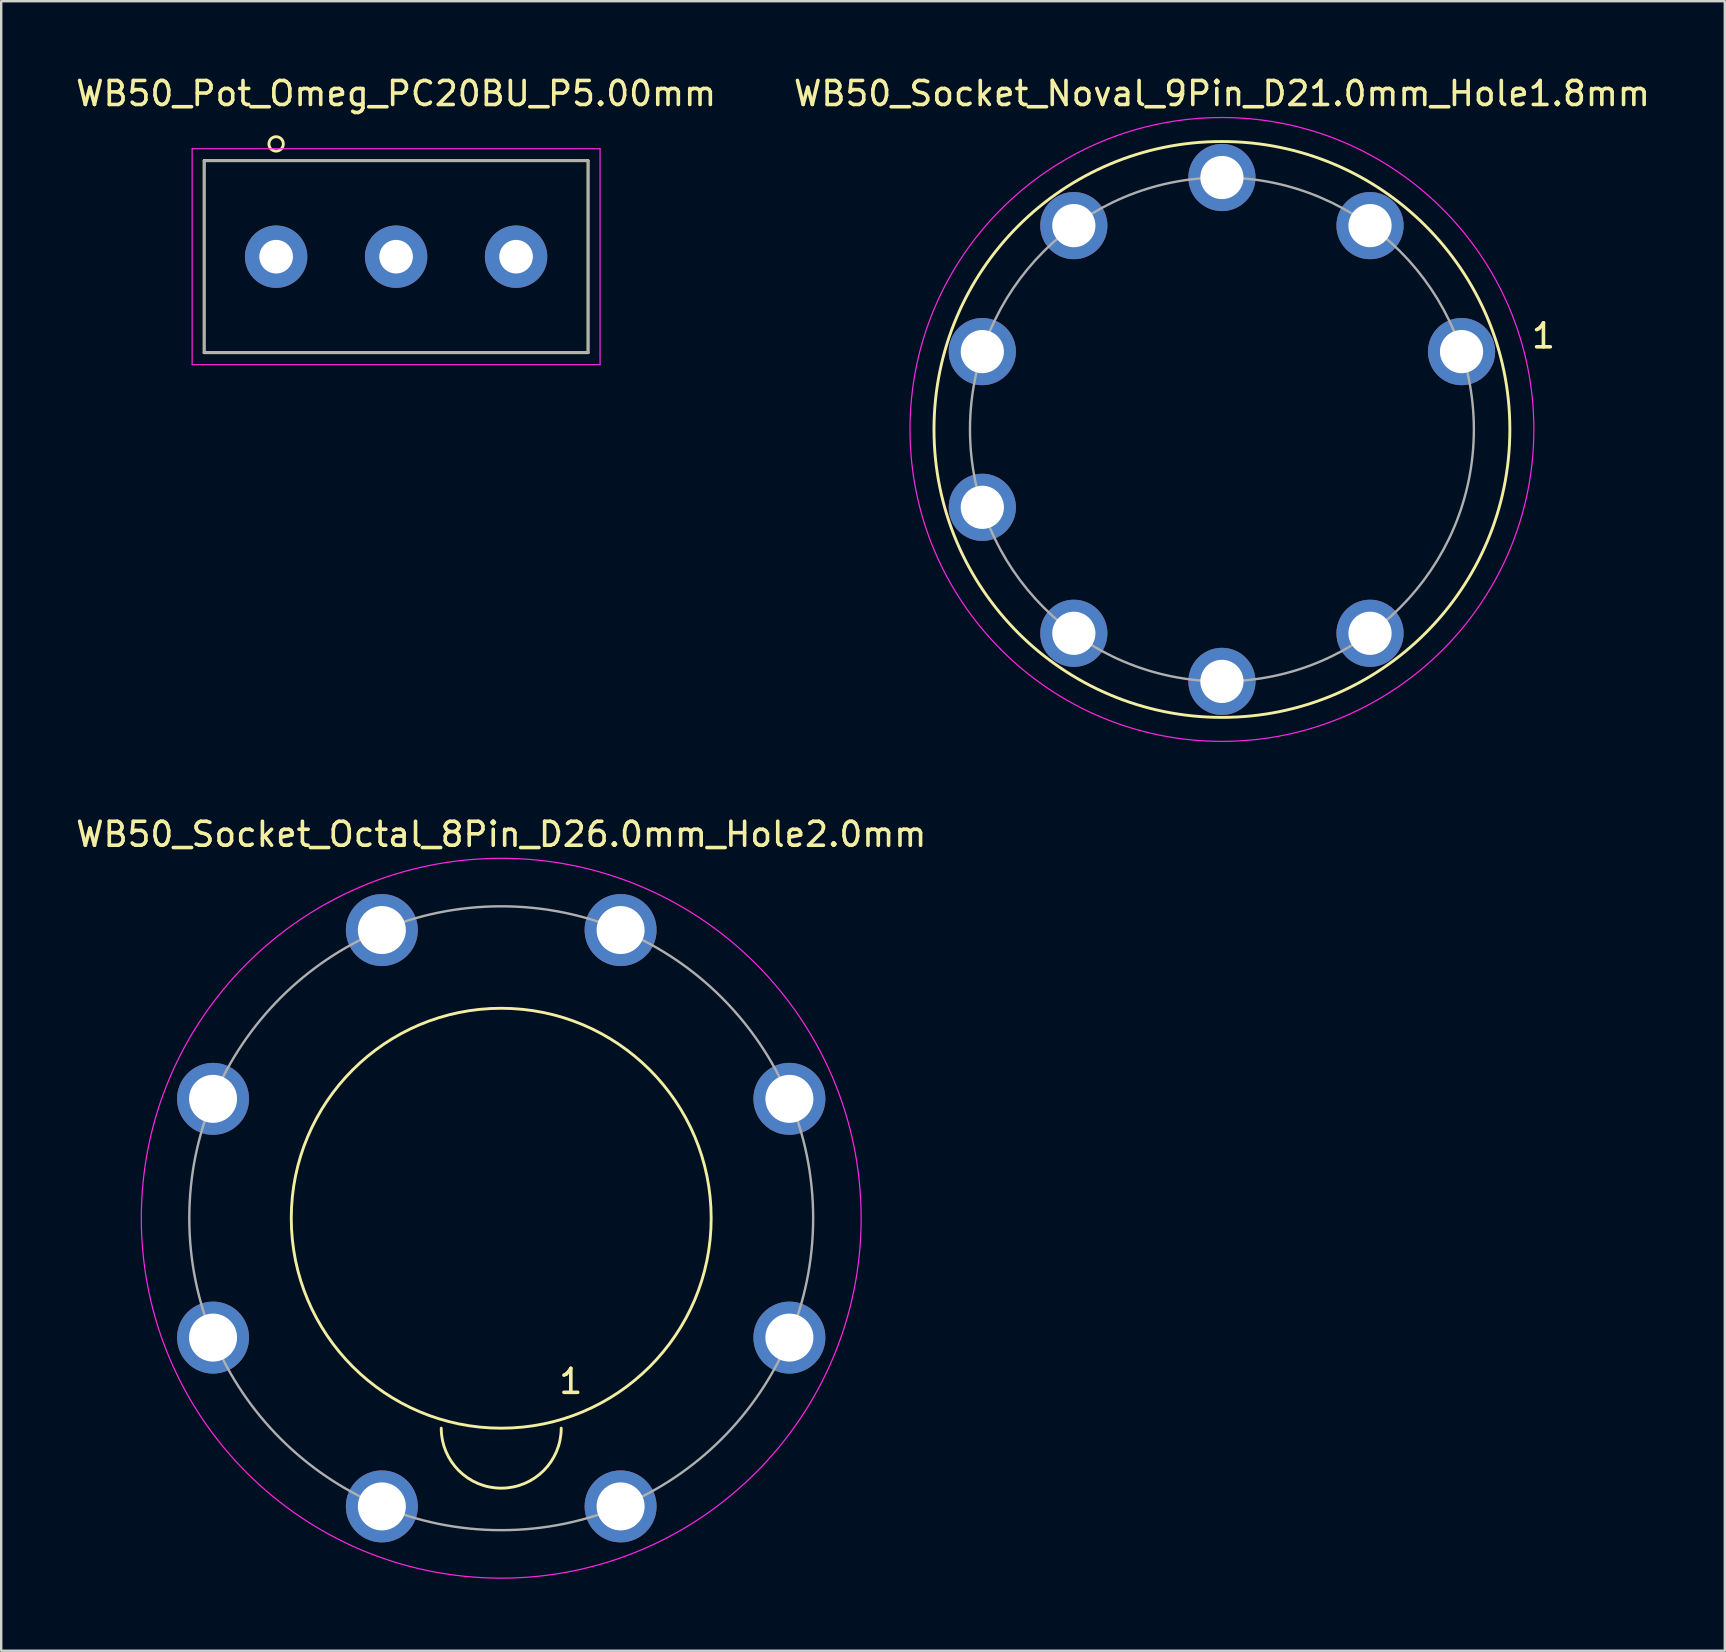
<source format=kicad_pcb>
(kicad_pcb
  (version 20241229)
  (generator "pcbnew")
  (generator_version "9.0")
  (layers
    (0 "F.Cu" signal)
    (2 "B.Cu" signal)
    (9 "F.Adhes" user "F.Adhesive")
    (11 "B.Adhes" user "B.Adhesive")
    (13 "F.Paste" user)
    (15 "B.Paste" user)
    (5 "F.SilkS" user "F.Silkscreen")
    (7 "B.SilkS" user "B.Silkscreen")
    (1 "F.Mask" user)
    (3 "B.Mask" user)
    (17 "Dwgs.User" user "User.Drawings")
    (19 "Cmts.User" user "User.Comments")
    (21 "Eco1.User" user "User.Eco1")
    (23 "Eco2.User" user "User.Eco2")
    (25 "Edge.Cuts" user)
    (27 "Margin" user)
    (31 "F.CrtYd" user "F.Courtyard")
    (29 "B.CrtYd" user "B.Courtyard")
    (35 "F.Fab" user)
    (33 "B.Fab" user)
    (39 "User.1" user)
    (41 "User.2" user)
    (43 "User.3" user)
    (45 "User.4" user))
  (footprint "WB50_Socket_Noval_9Pin_D21.0mm_Hole1.8mm"
    (layer "F.Cu")
    (at 47.875 14.848)
    (property "Reference" "WB50_Socket_Noval_9Pin_D21.0mm_Hole1.8mm" (at 0 -14 0) (layer "F.SilkS") (effects (font (size 1 1) (thickness 0.15))))
    (attr through_hole)
    (fp_circle (center 0 0) (end 12 0) (stroke (width 0.12) (type solid)) (fill no) (layer "F.SilkS"))
    (fp_circle (center 0 0) (end 13 0) (stroke (width 0.05) (type solid)) (fill no) (layer "F.CrtYd"))
    (fp_circle (center 0 0) (end 10.5 0) (stroke (width 0.1) (type solid)) (fill no) (layer "F.Fab"))
    (fp_text user "1" (at 13.4 -3.9 0) (layer "F.SilkS") (effects (font (size 1 1) (thickness 0.15))))
    (pad "1" thru_hole circle (at 9.986 -3.245) (size 2.8 2.8) (drill 1.8) (layers "*.Cu" "*.Mask"))
    (pad "2" thru_hole circle (at 6.172 -8.495) (size 2.8 2.8) (drill 1.8) (layers "*.Cu" "*.Mask"))
    (pad "3" thru_hole circle (at 0 -10.5) (size 2.8 2.8) (drill 1.8) (layers "*.Cu" "*.Mask"))
    (pad "4" thru_hole circle (at -6.172 -8.495) (size 2.8 2.8) (drill 1.8) (layers "*.Cu" "*.Mask"))
    (pad "5" thru_hole circle (at -9.986 -3.245) (size 2.8 2.8) (drill 1.8) (layers "*.Cu" "*.Mask"))
    (pad "6" thru_hole circle (at -9.986 3.245) (size 2.8 2.8) (drill 1.8) (layers "*.Cu" "*.Mask"))
    (pad "7" thru_hole circle (at -6.172 8.495) (size 2.8 2.8) (drill 1.8) (layers "*.Cu" "*.Mask"))
    (pad "8" thru_hole circle (at 0 10.5) (size 2.8 2.8) (drill 1.8) (layers "*.Cu" "*.Mask"))
    (pad "9" thru_hole circle (at 6.172 8.495) (size 2.8 2.8) (drill 1.8) (layers "*.Cu" "*.Mask")))
  (footprint "WB50_Socket_Octal_8Pin_D26.0mm_Hole2.0mm"
    (layer "F.Cu")
    (at 17.839 47.721)
    (property "Reference" "WB50_Socket_Octal_8Pin_D26.0mm_Hole2.0mm" (at 0 -16 0) (layer "F.SilkS") (effects (font (size 1 1) (thickness 0.15))))
    (attr through_hole)
    (fp_arc (start 2.5 8.75) (mid 0 11.25) (end -2.5 8.75) (stroke (width 0.12) (type solid)) (layer "F.SilkS"))
    (fp_circle (center 0 0) (end 8.75 0) (stroke (width 0.12) (type solid)) (fill no) (layer "F.SilkS"))
    (fp_circle (center 0 0) (end 15 0) (stroke (width 0.05) (type solid)) (fill no) (layer "F.CrtYd"))
    (fp_circle (center 0 0) (end 13 0) (stroke (width 0.1) (type solid)) (fill no) (layer "F.Fab"))
    (fp_text user "1" (at 2.9 6.8 0) (layer "F.SilkS") (effects (font (size 1 1) (thickness 0.15))))
    (pad "1" thru_hole circle (at 4.975 12.01) (size 3 3) (drill 2) (layers "*.Cu" "*.Mask"))
    (pad "2" thru_hole circle (at 12.01 4.975) (size 3 3) (drill 2) (layers "*.Cu" "*.Mask"))
    (pad "3" thru_hole circle (at 12.01 -4.975) (size 3 3) (drill 2) (layers "*.Cu" "*.Mask"))
    (pad "4" thru_hole circle (at 4.975 -12.01) (size 3 3) (drill 2) (layers "*.Cu" "*.Mask"))
    (pad "5" thru_hole circle (at -4.975 -12.01) (size 3 3) (drill 2) (layers "*.Cu" "*.Mask"))
    (pad "6" thru_hole circle (at -12.01 -4.975) (size 3 3) (drill 2) (layers "*.Cu" "*.Mask"))
    (pad "7" thru_hole circle (at -12.01 4.975) (size 3 3) (drill 2) (layers "*.Cu" "*.Mask"))
    (pad "8" thru_hole circle (at -4.975 12.01) (size 3 3) (drill 2) (layers "*.Cu" "*.Mask")))
  (footprint "WB50_Pot_Omeg_PC20BU_P5.00mm"
    (layer "F.Cu")
    (at 13.458 7.648)
    (property "Reference" "WB50_Pot_Omeg_PC20BU_P5.00mm" (at 0 -6.8 0) (layer "F.SilkS") (effects (font (size 1 1) (thickness 0.15))))
    (attr through_hole)
    (fp_line (start -8 -4) (end 8 -4) (stroke (width 0.12) (type solid)) (layer "F.SilkS"))
    (fp_line (start -8 4) (end -8 -4) (stroke (width 0.12) (type solid)) (layer "F.SilkS"))
    (fp_line (start 8 -4) (end 8 4) (stroke (width 0.12) (type solid)) (layer "F.SilkS"))
    (fp_line (start 8 4) (end -8 4) (stroke (width 0.12) (type solid)) (layer "F.SilkS"))
    (fp_circle (center -5 -4.7) (end -4.7 -4.7) (stroke (width 0.12) (type solid)) (fill no) (layer "F.SilkS"))
    (fp_line (start -8.5 -4.5) (end 8.5 -4.5) (stroke (width 0.05) (type solid)) (layer "F.CrtYd"))
    (fp_line (start -8.5 4.5) (end -8.5 -4.5) (stroke (width 0.05) (type solid)) (layer "F.CrtYd"))
    (fp_line (start 8.5 -4.5) (end 8.5 4.5) (stroke (width 0.05) (type solid)) (layer "F.CrtYd"))
    (fp_line (start 8.5 4.5) (end -8.5 4.5) (stroke (width 0.05) (type solid)) (layer "F.CrtYd"))
    (fp_line (start -8 -4) (end 8 -4) (stroke (width 0.1) (type solid)) (layer "F.Fab"))
    (fp_line (start -8 4) (end -8 -4) (stroke (width 0.1) (type solid)) (layer "F.Fab"))
    (fp_line (start 8 -4) (end 8 4) (stroke (width 0.1) (type solid)) (layer "F.Fab"))
    (fp_line (start 8 4) (end -8 4) (stroke (width 0.1) (type solid)) (layer "F.Fab"))
    (pad "1" thru_hole circle (at -5 0) (size 2.6 2.6) (drill 1.4) (layers "*.Cu" "*.Mask"))
    (pad "2" thru_hole circle (at 0 0) (size 2.6 2.6) (drill 1.4) (layers "*.Cu" "*.Mask"))
    (pad "3" thru_hole circle (at 5 0) (size 2.6 2.6) (drill 1.4) (layers "*.Cu" "*.Mask")))
  (gr_rect
    (start -3 -3)
    (end 68.833 65.746)
    (stroke (width 0.1) (type default))
    (fill no)
    (layer "Edge.Cuts")))
</source>
